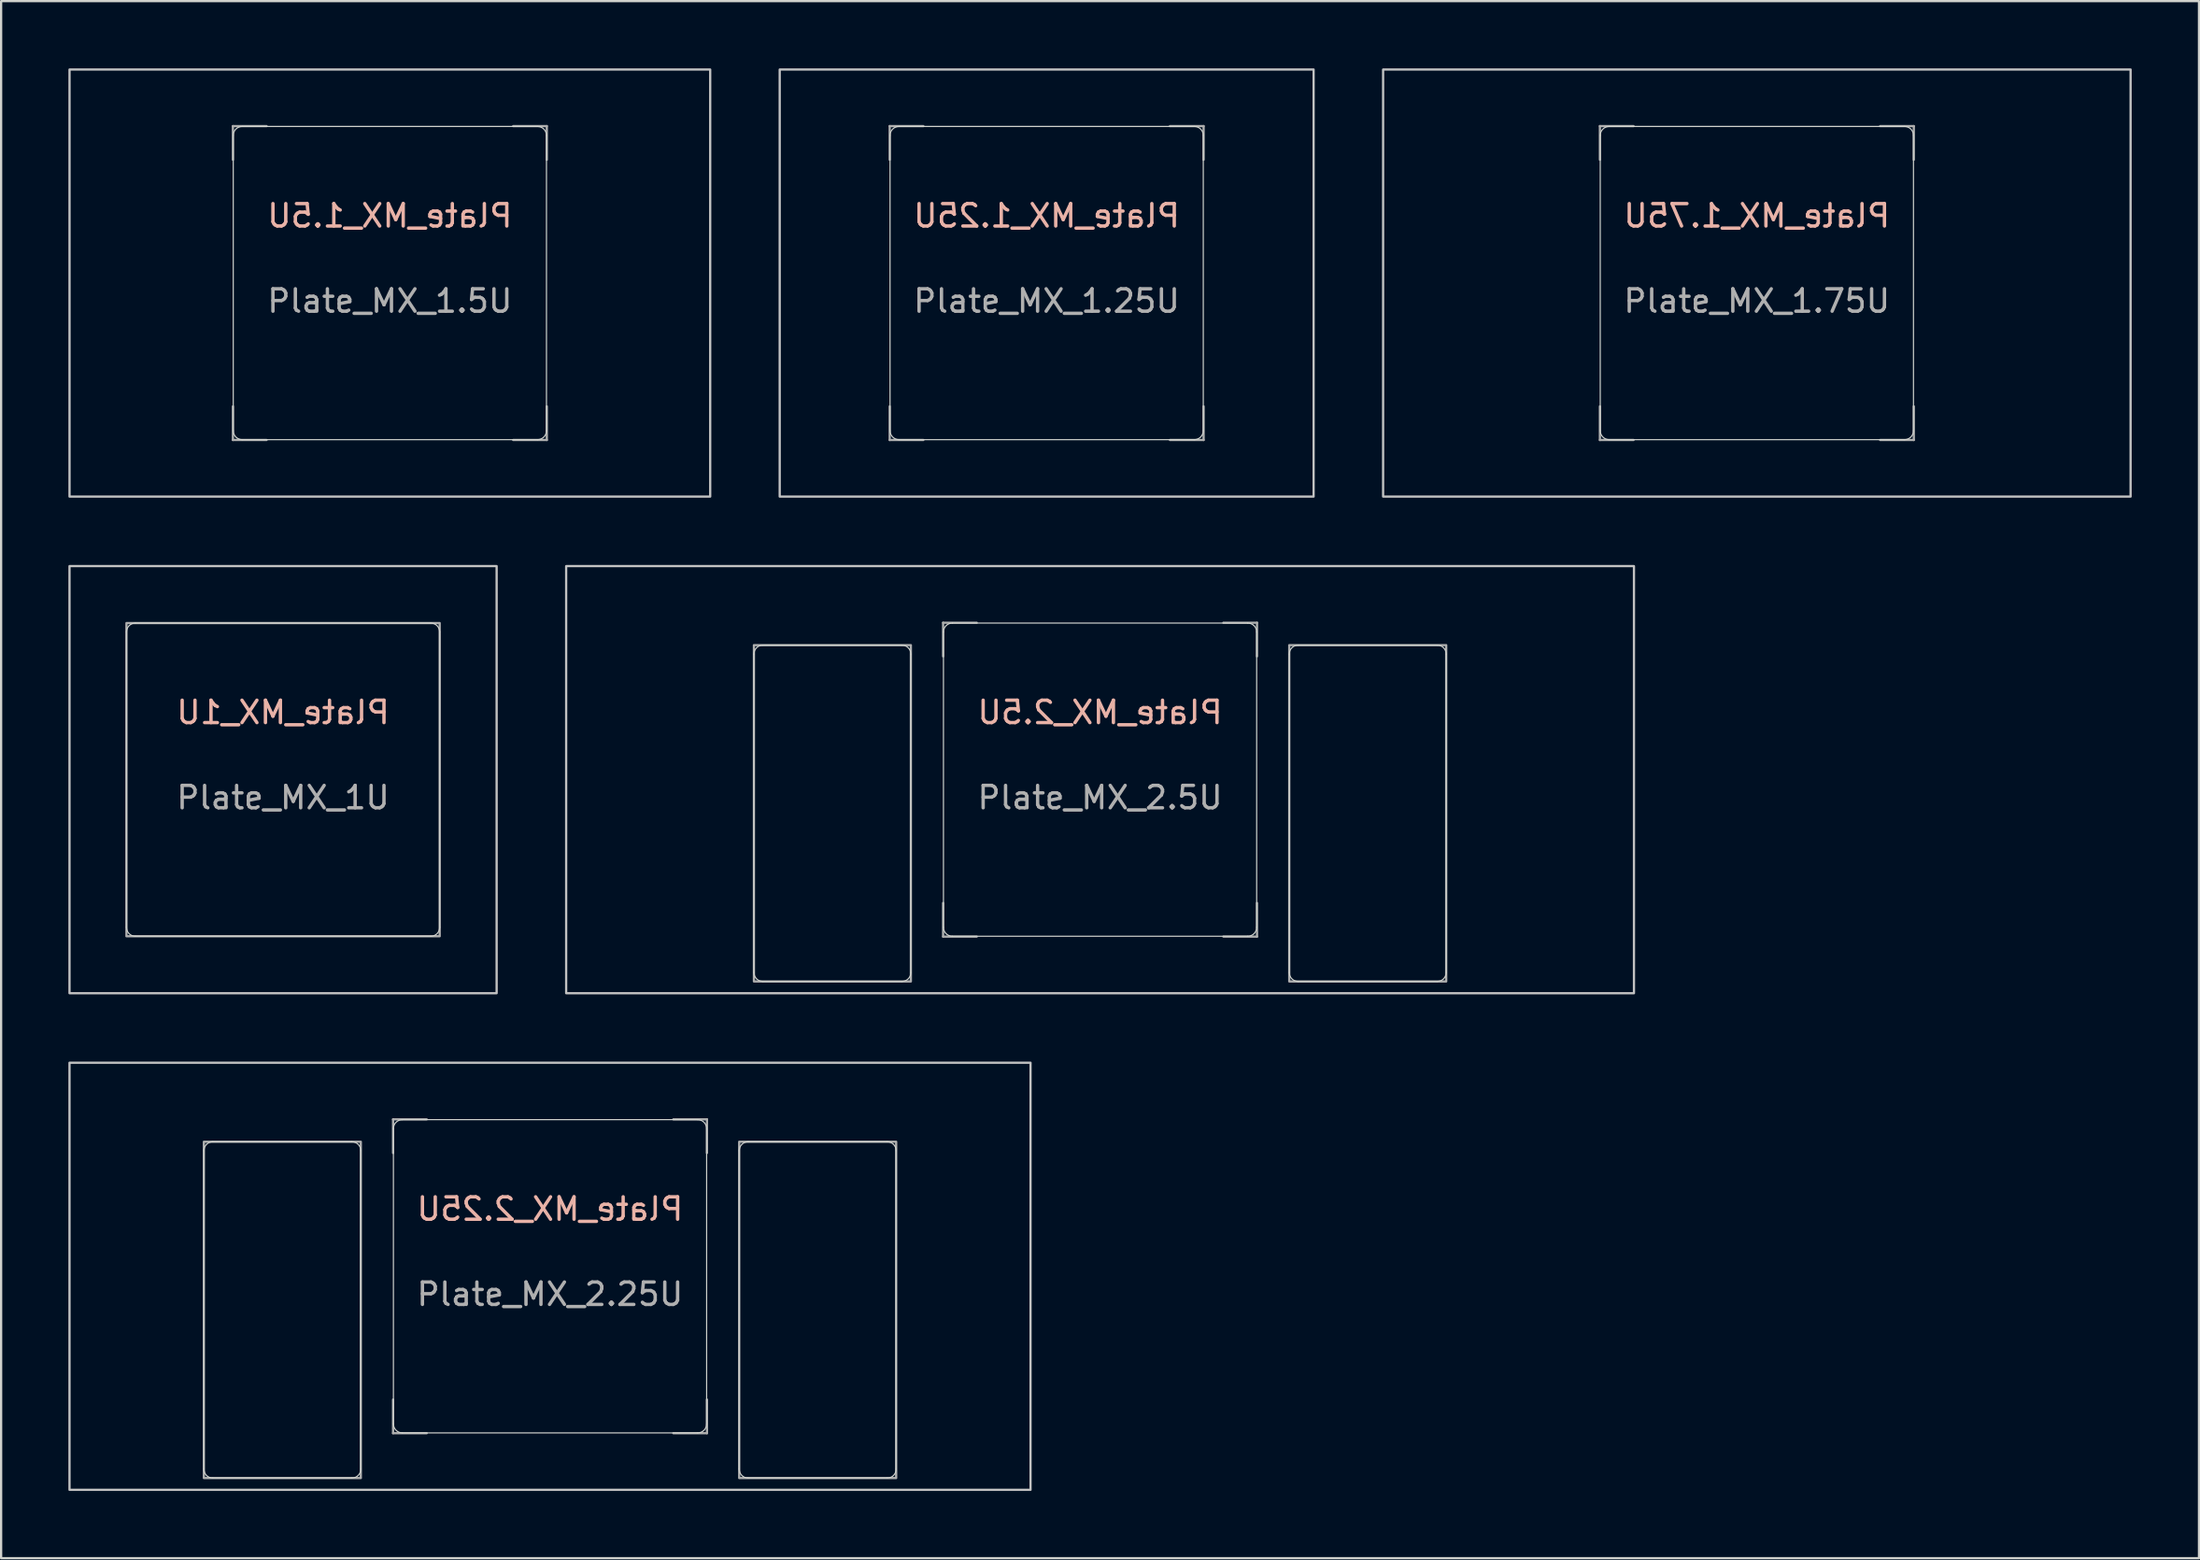
<source format=kicad_pcb>
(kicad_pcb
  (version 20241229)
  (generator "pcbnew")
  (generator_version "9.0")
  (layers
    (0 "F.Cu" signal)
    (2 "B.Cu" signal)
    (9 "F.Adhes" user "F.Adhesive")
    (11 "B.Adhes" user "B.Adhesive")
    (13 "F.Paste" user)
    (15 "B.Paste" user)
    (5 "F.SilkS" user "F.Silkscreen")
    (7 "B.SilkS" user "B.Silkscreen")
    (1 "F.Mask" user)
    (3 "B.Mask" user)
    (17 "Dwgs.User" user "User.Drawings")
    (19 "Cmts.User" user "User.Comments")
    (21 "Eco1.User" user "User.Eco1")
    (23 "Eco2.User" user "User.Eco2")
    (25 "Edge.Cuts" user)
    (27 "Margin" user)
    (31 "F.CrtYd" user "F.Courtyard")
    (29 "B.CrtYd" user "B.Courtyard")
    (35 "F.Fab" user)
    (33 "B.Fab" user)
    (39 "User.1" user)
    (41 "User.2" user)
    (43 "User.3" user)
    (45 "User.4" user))
  (footprint "Plate_MX_1U"
    (layer "F.Cu")
    (at 9.575 31.725)
    (property "Reference" "Plate_MX_1U" (at 0 -3 0) (layer "B.SilkS") (effects (font (size 1 1) (thickness 0.15)) (justify mirror)))
    (attr through_hole exclude_from_pos_files exclude_from_bom)
    (fp_rect (start -9.525 -9.525) (end 9.525 9.525) (stroke (width 0.1) (type default)) (fill no) (layer "Dwgs.User"))
    (fp_line (start -6.985 6.585) (end -6.985 -6.585) (stroke (width 0.05) (type default)) (layer "Edge.Cuts"))
    (fp_line (start -6.585 -6.985) (end 6.585 -6.985) (stroke (width 0.05) (type default)) (layer "Edge.Cuts"))
    (fp_line (start 6.585 6.985) (end -6.585 6.985) (stroke (width 0.05) (type default)) (layer "Edge.Cuts"))
    (fp_line (start 6.985 -6.585) (end 6.985 6.585) (stroke (width 0.05) (type default)) (layer "Edge.Cuts"))
    (fp_arc (start -6.985 -6.585) (mid -6.867843 -6.867843) (end -6.585 -6.985) (stroke (width 0.05) (type default)) (layer "Edge.Cuts"))
    (fp_arc (start -6.585 6.985) (mid -6.867843 6.867843) (end -6.985 6.585) (stroke (width 0.05) (type default)) (layer "Edge.Cuts"))
    (fp_arc (start 6.585 -6.985) (mid 6.867843 -6.867843) (end 6.985 -6.585) (stroke (width 0.05) (type default)) (layer "Edge.Cuts"))
    (fp_arc (start 6.985 6.585) (mid 6.867843 6.867843) (end 6.585 6.985) (stroke (width 0.05) (type default)) (layer "Edge.Cuts"))
    (fp_rect (start -6.985 -6.985) (end 6.985 6.985) (stroke (width 0.1) (type default)) (fill no) (layer "F.Fab"))
    (fp_text user "${REFERENCE}" (at 0 0.8 0) (layer "F.Fab") (effects (font (size 1 1) (thickness 0.15)))))
  (footprint "Plate_MX_2.5U"
    (layer "F.Cu")
    (at 46.013 31.725)
    (property "Reference" "Plate_MX_2.5U" (at 0 -3 0) (layer "B.SilkS") (effects (font (size 1 1) (thickness 0.15)) (justify mirror)))
    (attr through_hole exclude_from_pos_files exclude_from_bom)
    (fp_rect (start -23.812 -9.525) (end 23.812 9.525) (stroke (width 0.1) (type default)) (fill no) (layer "Dwgs.User"))
    (fp_line (start -15.438 8.6) (end -15.438 -5.6) (stroke (width 0.05) (type default)) (layer "Edge.Cuts"))
    (fp_line (start -15.038 -6) (end -8.838 -6) (stroke (width 0.05) (type default)) (layer "Edge.Cuts"))
    (fp_line (start -8.838 9) (end -15.038 9) (stroke (width 0.05) (type default)) (layer "Edge.Cuts"))
    (fp_line (start -8.438 -5.6) (end -8.438 8.6) (stroke (width 0.05) (type default)) (layer "Edge.Cuts"))
    (fp_line (start -6.985 6.585) (end -6.985 -6.585) (stroke (width 0.05) (type default)) (layer "Edge.Cuts"))
    (fp_line (start -6.585 -6.985) (end 6.585 -6.985) (stroke (width 0.05) (type default)) (layer "Edge.Cuts"))
    (fp_line (start 6.585 6.985) (end -6.585 6.985) (stroke (width 0.05) (type default)) (layer "Edge.Cuts"))
    (fp_line (start 6.985 -6.585) (end 6.985 6.585) (stroke (width 0.05) (type default)) (layer "Edge.Cuts"))
    (fp_line (start 8.438 8.6) (end 8.438 -5.6) (stroke (width 0.05) (type default)) (layer "Edge.Cuts"))
    (fp_line (start 8.838 -6) (end 15.038 -6) (stroke (width 0.05) (type default)) (layer "Edge.Cuts"))
    (fp_line (start 15.038 9) (end 8.838 9) (stroke (width 0.05) (type default)) (layer "Edge.Cuts"))
    (fp_line (start 15.438 -5.6) (end 15.438 8.6) (stroke (width 0.05) (type default)) (layer "Edge.Cuts"))
    (fp_arc (start -15.438 -5.6) (mid -15.320843 -5.882843) (end -15.038 -6) (stroke (width 0.05) (type default)) (layer "Edge.Cuts"))
    (fp_arc (start -15.038 9) (mid -15.320843 8.882843) (end -15.438 8.6) (stroke (width 0.05) (type default)) (layer "Edge.Cuts"))
    (fp_arc (start -8.838 -6) (mid -8.555157 -5.882843) (end -8.438 -5.6) (stroke (width 0.05) (type default)) (layer "Edge.Cuts"))
    (fp_arc (start -8.438 8.6) (mid -8.555157 8.882843) (end -8.838 9) (stroke (width 0.05) (type default)) (layer "Edge.Cuts"))
    (fp_arc (start -6.985 -6.585) (mid -6.867843 -6.867843) (end -6.585 -6.985) (stroke (width 0.05) (type default)) (layer "Edge.Cuts"))
    (fp_arc (start -6.585 6.985) (mid -6.867843 6.867843) (end -6.985 6.585) (stroke (width 0.05) (type default)) (layer "Edge.Cuts"))
    (fp_arc (start 6.585 -6.985) (mid 6.867843 -6.867843) (end 6.985 -6.585) (stroke (width 0.05) (type default)) (layer "Edge.Cuts"))
    (fp_arc (start 6.985 6.585) (mid 6.867843 6.867843) (end 6.585 6.985) (stroke (width 0.05) (type default)) (layer "Edge.Cuts"))
    (fp_arc (start 8.438 -5.6) (mid 8.555157 -5.882843) (end 8.838 -6) (stroke (width 0.05) (type default)) (layer "Edge.Cuts"))
    (fp_arc (start 8.838 9) (mid 8.555157 8.882843) (end 8.438 8.6) (stroke (width 0.05) (type default)) (layer "Edge.Cuts"))
    (fp_arc (start 15.038 -6) (mid 15.320843 -5.882843) (end 15.438 -5.6) (stroke (width 0.05) (type default)) (layer "Edge.Cuts"))
    (fp_arc (start 15.438 8.6) (mid 15.320843 8.882843) (end 15.038 9) (stroke (width 0.05) (type default)) (layer "Edge.Cuts"))
    (fp_line (start -7 -7) (end -7 -5.5) (stroke (width 0.1) (type default)) (layer "F.Fab"))
    (fp_line (start -7 -7) (end -5.5 -7) (stroke (width 0.1) (type default)) (layer "F.Fab"))
    (fp_line (start -7 5.5) (end -7 7) (stroke (width 0.1) (type default)) (layer "F.Fab"))
    (fp_line (start -5.5 7) (end -7 7) (stroke (width 0.1) (type default)) (layer "F.Fab"))
    (fp_line (start 5.5 -7) (end 7 -7) (stroke (width 0.1) (type default)) (layer "F.Fab"))
    (fp_line (start 7 -5.5) (end 7 -7) (stroke (width 0.1) (type default)) (layer "F.Fab"))
    (fp_line (start 7 7) (end 5.5 7) (stroke (width 0.1) (type default)) (layer "F.Fab"))
    (fp_line (start 7 7) (end 7 5.5) (stroke (width 0.1) (type default)) (layer "F.Fab"))
    (fp_rect (start -15.438 -6) (end -8.438 9) (stroke (width 0.1) (type default)) (fill no) (layer "F.Fab"))
    (fp_rect (start 8.438 -6) (end 15.438 9) (stroke (width 0.1) (type default)) (fill no) (layer "F.Fab"))
    (fp_text user "${REFERENCE}" (at 0 0.8 0) (layer "F.Fab") (effects (font (size 1 1) (thickness 0.15)))))
  (footprint "Plate_MX_1.25U"
    (layer "F.Cu")
    (at 43.631 9.575)
    (property "Reference" "Plate_MX_1.25U" (at 0 -3 0) (layer "B.SilkS") (effects (font (size 1 1) (thickness 0.15)) (justify mirror)))
    (attr exclude_from_pos_files exclude_from_bom)
    (fp_rect (start -11.906 -9.525) (end 11.906 9.525) (stroke (width 0.1) (type default)) (fill no) (layer "Dwgs.User"))
    (fp_line (start -6.985 6.585) (end -6.985 -6.585) (stroke (width 0.05) (type default)) (layer "Edge.Cuts"))
    (fp_line (start -6.585 -6.985) (end 6.585 -6.985) (stroke (width 0.05) (type default)) (layer "Edge.Cuts"))
    (fp_line (start 6.585 6.985) (end -6.585 6.985) (stroke (width 0.05) (type default)) (layer "Edge.Cuts"))
    (fp_line (start 6.985 -6.585) (end 6.985 6.585) (stroke (width 0.05) (type default)) (layer "Edge.Cuts"))
    (fp_arc (start -6.985 -6.585) (mid -6.867843 -6.867843) (end -6.585 -6.985) (stroke (width 0.05) (type default)) (layer "Edge.Cuts"))
    (fp_arc (start -6.585 6.985) (mid -6.867843 6.867843) (end -6.985 6.585) (stroke (width 0.05) (type default)) (layer "Edge.Cuts"))
    (fp_arc (start 6.585 -6.985) (mid 6.867843 -6.867843) (end 6.985 -6.585) (stroke (width 0.05) (type default)) (layer "Edge.Cuts"))
    (fp_arc (start 6.985 6.585) (mid 6.867843 6.867843) (end 6.585 6.985) (stroke (width 0.05) (type default)) (layer "Edge.Cuts"))
    (fp_line (start -7 -7) (end -7 -5.5) (stroke (width 0.1) (type default)) (layer "F.Fab"))
    (fp_line (start -7 -7) (end -5.5 -7) (stroke (width 0.1) (type default)) (layer "F.Fab"))
    (fp_line (start -7 5.5) (end -7 7) (stroke (width 0.1) (type default)) (layer "F.Fab"))
    (fp_line (start -5.5 7) (end -7 7) (stroke (width 0.1) (type default)) (layer "F.Fab"))
    (fp_line (start 5.5 -7) (end 7 -7) (stroke (width 0.1) (type default)) (layer "F.Fab"))
    (fp_line (start 7 -5.5) (end 7 -7) (stroke (width 0.1) (type default)) (layer "F.Fab"))
    (fp_line (start 7 7) (end 5.5 7) (stroke (width 0.1) (type default)) (layer "F.Fab"))
    (fp_line (start 7 7) (end 7 5.5) (stroke (width 0.1) (type default)) (layer "F.Fab"))
    (fp_text user "${REFERENCE}" (at 0 0.8 0) (layer "F.Fab") (effects (font (size 1 1) (thickness 0.15)))))
  (footprint "Plate_MX_2.25U"
    (layer "F.Cu")
    (at 21.481 53.875)
    (property "Reference" "Plate_MX_2.25U" (at 0 -3 0) (layer "B.SilkS") (effects (font (size 1 1) (thickness 0.15)) (justify mirror)))
    (attr through_hole exclude_from_pos_files exclude_from_bom)
    (fp_rect (start -21.431 -9.525) (end 21.431 9.525) (stroke (width 0.1) (type default)) (fill no) (layer "Dwgs.User"))
    (fp_line (start -15.438 8.6) (end -15.438 -5.6) (stroke (width 0.05) (type default)) (layer "Edge.Cuts"))
    (fp_line (start -15.038 -6) (end -8.838 -6) (stroke (width 0.05) (type default)) (layer "Edge.Cuts"))
    (fp_line (start -8.838 9) (end -15.038 9) (stroke (width 0.05) (type default)) (layer "Edge.Cuts"))
    (fp_line (start -8.438 -5.6) (end -8.438 8.6) (stroke (width 0.05) (type default)) (layer "Edge.Cuts"))
    (fp_line (start -6.985 6.585) (end -6.985 -6.585) (stroke (width 0.05) (type default)) (layer "Edge.Cuts"))
    (fp_line (start -6.585 -6.985) (end 6.585 -6.985) (stroke (width 0.05) (type default)) (layer "Edge.Cuts"))
    (fp_line (start 6.585 6.985) (end -6.585 6.985) (stroke (width 0.05) (type default)) (layer "Edge.Cuts"))
    (fp_line (start 6.985 -6.585) (end 6.985 6.585) (stroke (width 0.05) (type default)) (layer "Edge.Cuts"))
    (fp_line (start 8.438 8.6) (end 8.438 -5.6) (stroke (width 0.05) (type default)) (layer "Edge.Cuts"))
    (fp_line (start 8.838 -6) (end 15.038 -6) (stroke (width 0.05) (type default)) (layer "Edge.Cuts"))
    (fp_line (start 15.038 9) (end 8.838 9) (stroke (width 0.05) (type default)) (layer "Edge.Cuts"))
    (fp_line (start 15.438 -5.6) (end 15.438 8.6) (stroke (width 0.05) (type default)) (layer "Edge.Cuts"))
    (fp_arc (start -15.438 -5.6) (mid -15.320843 -5.882843) (end -15.038 -6) (stroke (width 0.05) (type default)) (layer "Edge.Cuts"))
    (fp_arc (start -15.038 9) (mid -15.320843 8.882843) (end -15.438 8.6) (stroke (width 0.05) (type default)) (layer "Edge.Cuts"))
    (fp_arc (start -8.838 -6) (mid -8.555157 -5.882843) (end -8.438 -5.6) (stroke (width 0.05) (type default)) (layer "Edge.Cuts"))
    (fp_arc (start -8.438 8.6) (mid -8.555157 8.882843) (end -8.838 9) (stroke (width 0.05) (type default)) (layer "Edge.Cuts"))
    (fp_arc (start -6.985 -6.585) (mid -6.867843 -6.867843) (end -6.585 -6.985) (stroke (width 0.05) (type default)) (layer "Edge.Cuts"))
    (fp_arc (start -6.585 6.985) (mid -6.867843 6.867843) (end -6.985 6.585) (stroke (width 0.05) (type default)) (layer "Edge.Cuts"))
    (fp_arc (start 6.585 -6.985) (mid 6.867843 -6.867843) (end 6.985 -6.585) (stroke (width 0.05) (type default)) (layer "Edge.Cuts"))
    (fp_arc (start 6.985 6.585) (mid 6.867843 6.867843) (end 6.585 6.985) (stroke (width 0.05) (type default)) (layer "Edge.Cuts"))
    (fp_arc (start 8.438 -5.6) (mid 8.555157 -5.882843) (end 8.838 -6) (stroke (width 0.05) (type default)) (layer "Edge.Cuts"))
    (fp_arc (start 8.838 9) (mid 8.555157 8.882843) (end 8.438 8.6) (stroke (width 0.05) (type default)) (layer "Edge.Cuts"))
    (fp_arc (start 15.038 -6) (mid 15.320843 -5.882843) (end 15.438 -5.6) (stroke (width 0.05) (type default)) (layer "Edge.Cuts"))
    (fp_arc (start 15.438 8.6) (mid 15.320843 8.882843) (end 15.038 9) (stroke (width 0.05) (type default)) (layer "Edge.Cuts"))
    (fp_line (start -7 -7) (end -7 -5.5) (stroke (width 0.1) (type default)) (layer "F.Fab"))
    (fp_line (start -7 -7) (end -5.5 -7) (stroke (width 0.1) (type default)) (layer "F.Fab"))
    (fp_line (start -7 5.5) (end -7 7) (stroke (width 0.1) (type default)) (layer "F.Fab"))
    (fp_line (start -5.5 7) (end -7 7) (stroke (width 0.1) (type default)) (layer "F.Fab"))
    (fp_line (start 5.5 -7) (end 7 -7) (stroke (width 0.1) (type default)) (layer "F.Fab"))
    (fp_line (start 7 -5.5) (end 7 -7) (stroke (width 0.1) (type default)) (layer "F.Fab"))
    (fp_line (start 7 7) (end 5.5 7) (stroke (width 0.1) (type default)) (layer "F.Fab"))
    (fp_line (start 7 7) (end 7 5.5) (stroke (width 0.1) (type default)) (layer "F.Fab"))
    (fp_rect (start -15.438 -6) (end -8.438 9) (stroke (width 0.1) (type default)) (fill no) (layer "F.Fab"))
    (fp_rect (start 8.438 -6) (end 15.438 9) (stroke (width 0.1) (type default)) (fill no) (layer "F.Fab"))
    (fp_text user "${REFERENCE}" (at 0 0.8 0) (layer "F.Fab") (effects (font (size 1 1) (thickness 0.15)))))
  (footprint "Plate_MX_1.5U"
    (layer "F.Cu")
    (at 14.338 9.575)
    (property "Reference" "Plate_MX_1.5U" (at 0 -3 0) (layer "B.SilkS") (effects (font (size 1 1) (thickness 0.15)) (justify mirror)))
    (attr exclude_from_pos_files exclude_from_bom)
    (fp_rect (start -14.287 -9.525) (end 14.287 9.525) (stroke (width 0.1) (type default)) (fill no) (layer "Dwgs.User"))
    (fp_line (start -6.985 6.585) (end -6.985 -6.585) (stroke (width 0.05) (type default)) (layer "Edge.Cuts"))
    (fp_line (start -6.585 -6.985) (end 6.585 -6.985) (stroke (width 0.05) (type default)) (layer "Edge.Cuts"))
    (fp_line (start 6.585 6.985) (end -6.585 6.985) (stroke (width 0.05) (type default)) (layer "Edge.Cuts"))
    (fp_line (start 6.985 -6.585) (end 6.985 6.585) (stroke (width 0.05) (type default)) (layer "Edge.Cuts"))
    (fp_arc (start -6.985 -6.585) (mid -6.867843 -6.867843) (end -6.585 -6.985) (stroke (width 0.05) (type default)) (layer "Edge.Cuts"))
    (fp_arc (start -6.585 6.985) (mid -6.867843 6.867843) (end -6.985 6.585) (stroke (width 0.05) (type default)) (layer "Edge.Cuts"))
    (fp_arc (start 6.585 -6.985) (mid 6.867843 -6.867843) (end 6.985 -6.585) (stroke (width 0.05) (type default)) (layer "Edge.Cuts"))
    (fp_arc (start 6.985 6.585) (mid 6.867843 6.867843) (end 6.585 6.985) (stroke (width 0.05) (type default)) (layer "Edge.Cuts"))
    (fp_line (start -7 -7) (end -7 -5.5) (stroke (width 0.1) (type default)) (layer "F.Fab"))
    (fp_line (start -7 -7) (end -5.5 -7) (stroke (width 0.1) (type default)) (layer "F.Fab"))
    (fp_line (start -7 5.5) (end -7 7) (stroke (width 0.1) (type default)) (layer "F.Fab"))
    (fp_line (start -5.5 7) (end -7 7) (stroke (width 0.1) (type default)) (layer "F.Fab"))
    (fp_line (start 5.5 -7) (end 7 -7) (stroke (width 0.1) (type default)) (layer "F.Fab"))
    (fp_line (start 7 -5.5) (end 7 -7) (stroke (width 0.1) (type default)) (layer "F.Fab"))
    (fp_line (start 7 7) (end 5.5 7) (stroke (width 0.1) (type default)) (layer "F.Fab"))
    (fp_line (start 7 7) (end 7 5.5) (stroke (width 0.1) (type default)) (layer "F.Fab"))
    (fp_text user "${REFERENCE}" (at 0 0.8 0) (layer "F.Fab") (effects (font (size 1 1) (thickness 0.15)))))
  (footprint "Plate_MX_1.75U"
    (layer "F.Cu")
    (at 75.306 9.575)
    (property "Reference" "Plate_MX_1.75U" (at 0 -3 0) (layer "B.SilkS") (effects (font (size 1 1) (thickness 0.15)) (justify mirror)))
    (attr exclude_from_pos_files exclude_from_bom)
    (fp_rect (start -16.669 -9.525) (end 16.669 9.525) (stroke (width 0.1) (type default)) (fill no) (layer "Dwgs.User"))
    (fp_line (start -6.985 6.585) (end -6.985 -6.585) (stroke (width 0.05) (type default)) (layer "Edge.Cuts"))
    (fp_line (start -6.585 -6.985) (end 6.585 -6.985) (stroke (width 0.05) (type default)) (layer "Edge.Cuts"))
    (fp_line (start 6.585 6.985) (end -6.585 6.985) (stroke (width 0.05) (type default)) (layer "Edge.Cuts"))
    (fp_line (start 6.985 -6.585) (end 6.985 6.585) (stroke (width 0.05) (type default)) (layer "Edge.Cuts"))
    (fp_arc (start -6.985 -6.585) (mid -6.867843 -6.867843) (end -6.585 -6.985) (stroke (width 0.05) (type default)) (layer "Edge.Cuts"))
    (fp_arc (start -6.585 6.985) (mid -6.867843 6.867843) (end -6.985 6.585) (stroke (width 0.05) (type default)) (layer "Edge.Cuts"))
    (fp_arc (start 6.585 -6.985) (mid 6.867843 -6.867843) (end 6.985 -6.585) (stroke (width 0.05) (type default)) (layer "Edge.Cuts"))
    (fp_arc (start 6.985 6.585) (mid 6.867843 6.867843) (end 6.585 6.985) (stroke (width 0.05) (type default)) (layer "Edge.Cuts"))
    (fp_line (start -7 -7) (end -7 -5.5) (stroke (width 0.1) (type default)) (layer "F.Fab"))
    (fp_line (start -7 -7) (end -5.5 -7) (stroke (width 0.1) (type default)) (layer "F.Fab"))
    (fp_line (start -7 5.5) (end -7 7) (stroke (width 0.1) (type default)) (layer "F.Fab"))
    (fp_line (start -5.5 7) (end -7 7) (stroke (width 0.1) (type default)) (layer "F.Fab"))
    (fp_line (start 5.5 -7) (end 7 -7) (stroke (width 0.1) (type default)) (layer "F.Fab"))
    (fp_line (start 7 -5.5) (end 7 -7) (stroke (width 0.1) (type default)) (layer "F.Fab"))
    (fp_line (start 7 7) (end 5.5 7) (stroke (width 0.1) (type default)) (layer "F.Fab"))
    (fp_line (start 7 7) (end 7 5.5) (stroke (width 0.1) (type default)) (layer "F.Fab"))
    (fp_text user "${REFERENCE}" (at 0 0.8 0) (layer "F.Fab") (effects (font (size 1 1) (thickness 0.15)))))
  (gr_rect
    (start -3 -3)
    (end 95.025 66.45)
    (stroke (width 0.1) (type default))
    (fill no)
    (layer "Edge.Cuts")))
</source>
